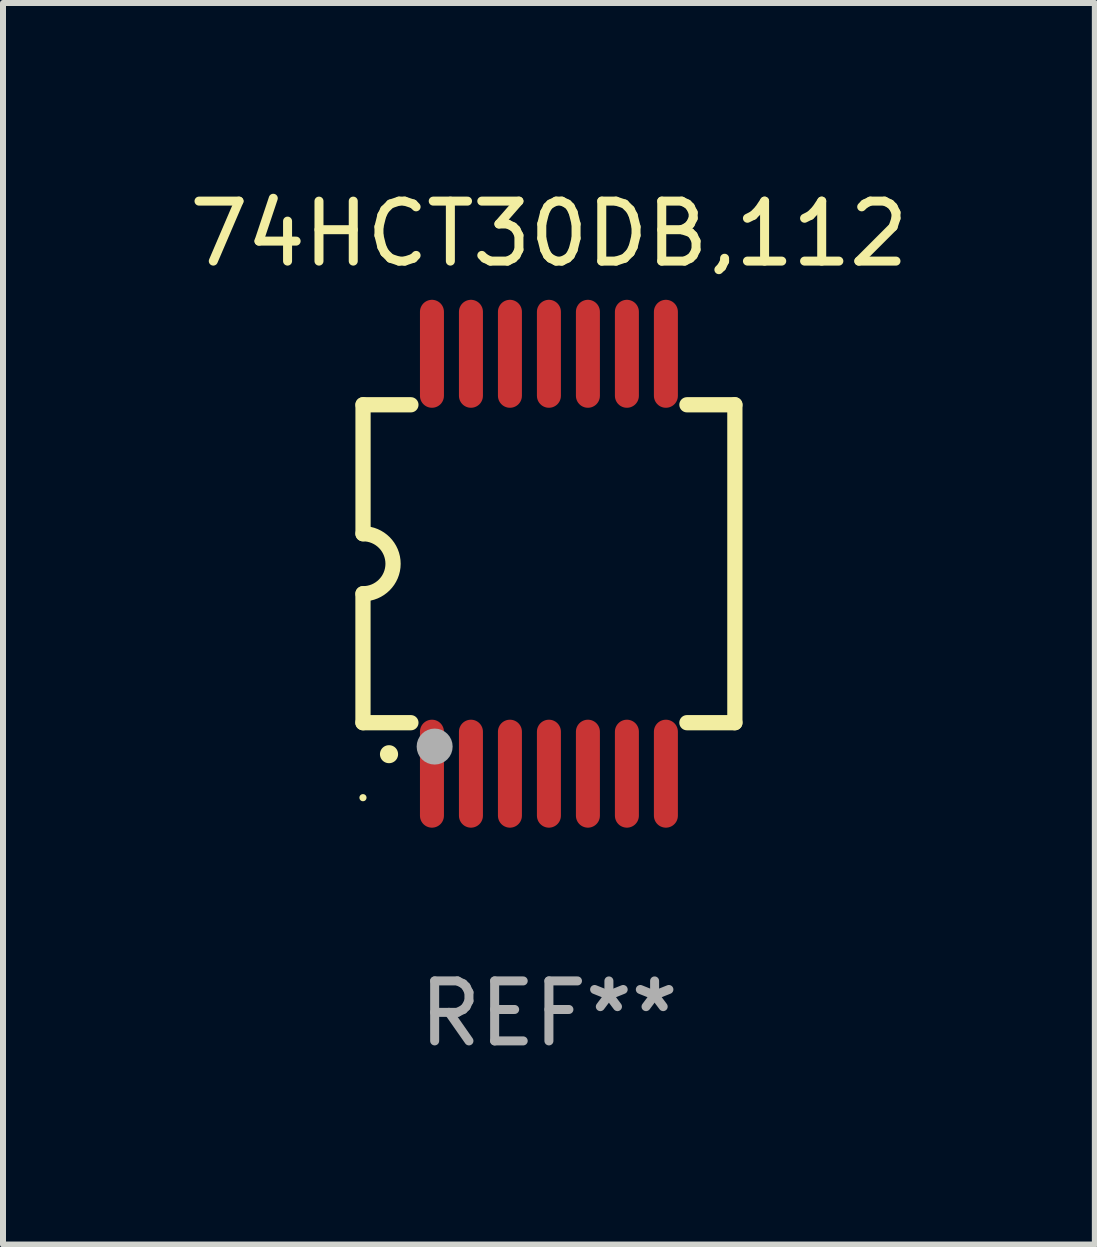
<source format=kicad_pcb>
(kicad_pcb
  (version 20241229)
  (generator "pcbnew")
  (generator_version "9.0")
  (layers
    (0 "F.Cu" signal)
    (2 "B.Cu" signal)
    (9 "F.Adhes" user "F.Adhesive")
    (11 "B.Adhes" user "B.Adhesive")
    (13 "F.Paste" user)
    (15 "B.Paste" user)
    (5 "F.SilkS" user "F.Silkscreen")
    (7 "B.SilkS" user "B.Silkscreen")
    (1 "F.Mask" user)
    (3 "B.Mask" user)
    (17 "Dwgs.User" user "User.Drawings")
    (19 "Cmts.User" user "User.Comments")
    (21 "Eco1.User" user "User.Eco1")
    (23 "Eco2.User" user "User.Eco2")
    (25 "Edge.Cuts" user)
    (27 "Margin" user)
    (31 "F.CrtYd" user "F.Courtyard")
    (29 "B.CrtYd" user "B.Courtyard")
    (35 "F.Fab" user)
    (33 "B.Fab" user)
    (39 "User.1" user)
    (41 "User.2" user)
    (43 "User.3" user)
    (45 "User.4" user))
  (footprint "74HCT30DB,112"
    (layer "F.Cu")
    (at 6.101 6.348)
    (property "Reference" "74HCT30DB,112" (at 0 -5.5 0) (layer "F.SilkS") (effects (font (size 1 1) (thickness 0.15))))
    (attr through_hole)
    (fp_line (start -3.1 2.65) (end -3.1 0.5) (stroke (width 0.254) (type solid)) (layer "F.SilkS"))
    (fp_line (start -3.099 -2.65) (end -2.301 -2.65) (stroke (width 0.254) (type solid)) (layer "F.SilkS"))
    (fp_line (start -3.099 -0.5) (end -3.099 -2.65) (stroke (width 0.254) (type solid)) (layer "F.SilkS"))
    (fp_line (start -2.301 2.65) (end -3.1 2.65) (stroke (width 0.254) (type solid)) (layer "F.SilkS"))
    (fp_line (start 2.301 -2.65) (end 3.1 -2.65) (stroke (width 0.254) (type solid)) (layer "F.SilkS"))
    (fp_line (start 3.1 -2.65) (end 3.1 2.65) (stroke (width 0.254) (type solid)) (layer "F.SilkS"))
    (fp_line (start 3.1 2.65) (end 2.301 2.65) (stroke (width 0.254) (type solid)) (layer "F.SilkS"))
    (fp_arc (start -3.098806 -0.500381) (mid -2.598806 0) (end -3.098806 0.500381) (stroke (width 0.254001) (type solid)) (layer "F.SilkS"))
    (fp_arc (start -2.667005 3.175006) (mid -2.665735 3.175001) (end -2.664465 3.175006) (stroke (width 0.3) (type solid)) (layer "F.SilkS"))
    (fp_circle (center -3.1 3.9) (end -3.07 3.9) (stroke (width 0.06) (type solid)) (fill no) (layer "F.SilkS"))
    (fp_circle (center -1.905 3.048) (end -1.755 3.048) (stroke (width 0.3) (type solid)) (fill no) (layer "F.Fab"))
    (fp_text user "REF**" (at 0 7.5 0) (layer "F.Fab") (effects (font (size 1 1) (thickness 0.15))))
    (pad "1" smd oval (at -1.95 3.5 270) (size 1.8 0.4) (layers "F.Cu" "F.Mask" "F.Paste"))
    (pad "2" smd oval (at -1.3 3.5 270) (size 1.8 0.4) (layers "F.Cu" "F.Mask" "F.Paste"))
    (pad "3" smd oval (at -0.65 3.5 270) (size 1.8 0.4) (layers "F.Cu" "F.Mask" "F.Paste"))
    (pad "4" smd oval (at 0 3.5 270) (size 1.8 0.4) (layers "F.Cu" "F.Mask" "F.Paste"))
    (pad "5" smd oval (at 0.65 3.5 270) (size 1.8 0.4) (layers "F.Cu" "F.Mask" "F.Paste"))
    (pad "6" smd oval (at 1.3 3.5 270) (size 1.8 0.4) (layers "F.Cu" "F.Mask" "F.Paste"))
    (pad "7" smd oval (at 1.95 3.5 270) (size 1.8 0.4) (layers "F.Cu" "F.Mask" "F.Paste"))
    (pad "8" smd oval (at 1.95 -3.5 90) (size 1.8 0.4) (layers "F.Cu" "F.Mask" "F.Paste"))
    (pad "9" smd oval (at 1.3 -3.5 90) (size 1.8 0.4) (layers "F.Cu" "F.Mask" "F.Paste"))
    (pad "10" smd oval (at 0.65 -3.5 90) (size 1.8 0.4) (layers "F.Cu" "F.Mask" "F.Paste"))
    (pad "11" smd oval (at 0 -3.5 90) (size 1.8 0.4) (layers "F.Cu" "F.Mask" "F.Paste"))
    (pad "12" smd oval (at -0.65 -3.5 90) (size 1.8 0.4) (layers "F.Cu" "F.Mask" "F.Paste"))
    (pad "13" smd oval (at -1.3 -3.5 90) (size 1.8 0.4) (layers "F.Cu" "F.Mask" "F.Paste"))
    (pad "14" smd oval (at -1.95 -3.5 90) (size 1.8 0.4) (layers "F.Cu" "F.Mask" "F.Paste")))
  (gr_rect
    (start -3 -3)
    (end 15.202 17.697)
    (stroke (width 0.1) (type default))
    (fill no)
    (layer "Edge.Cuts")))
</source>
